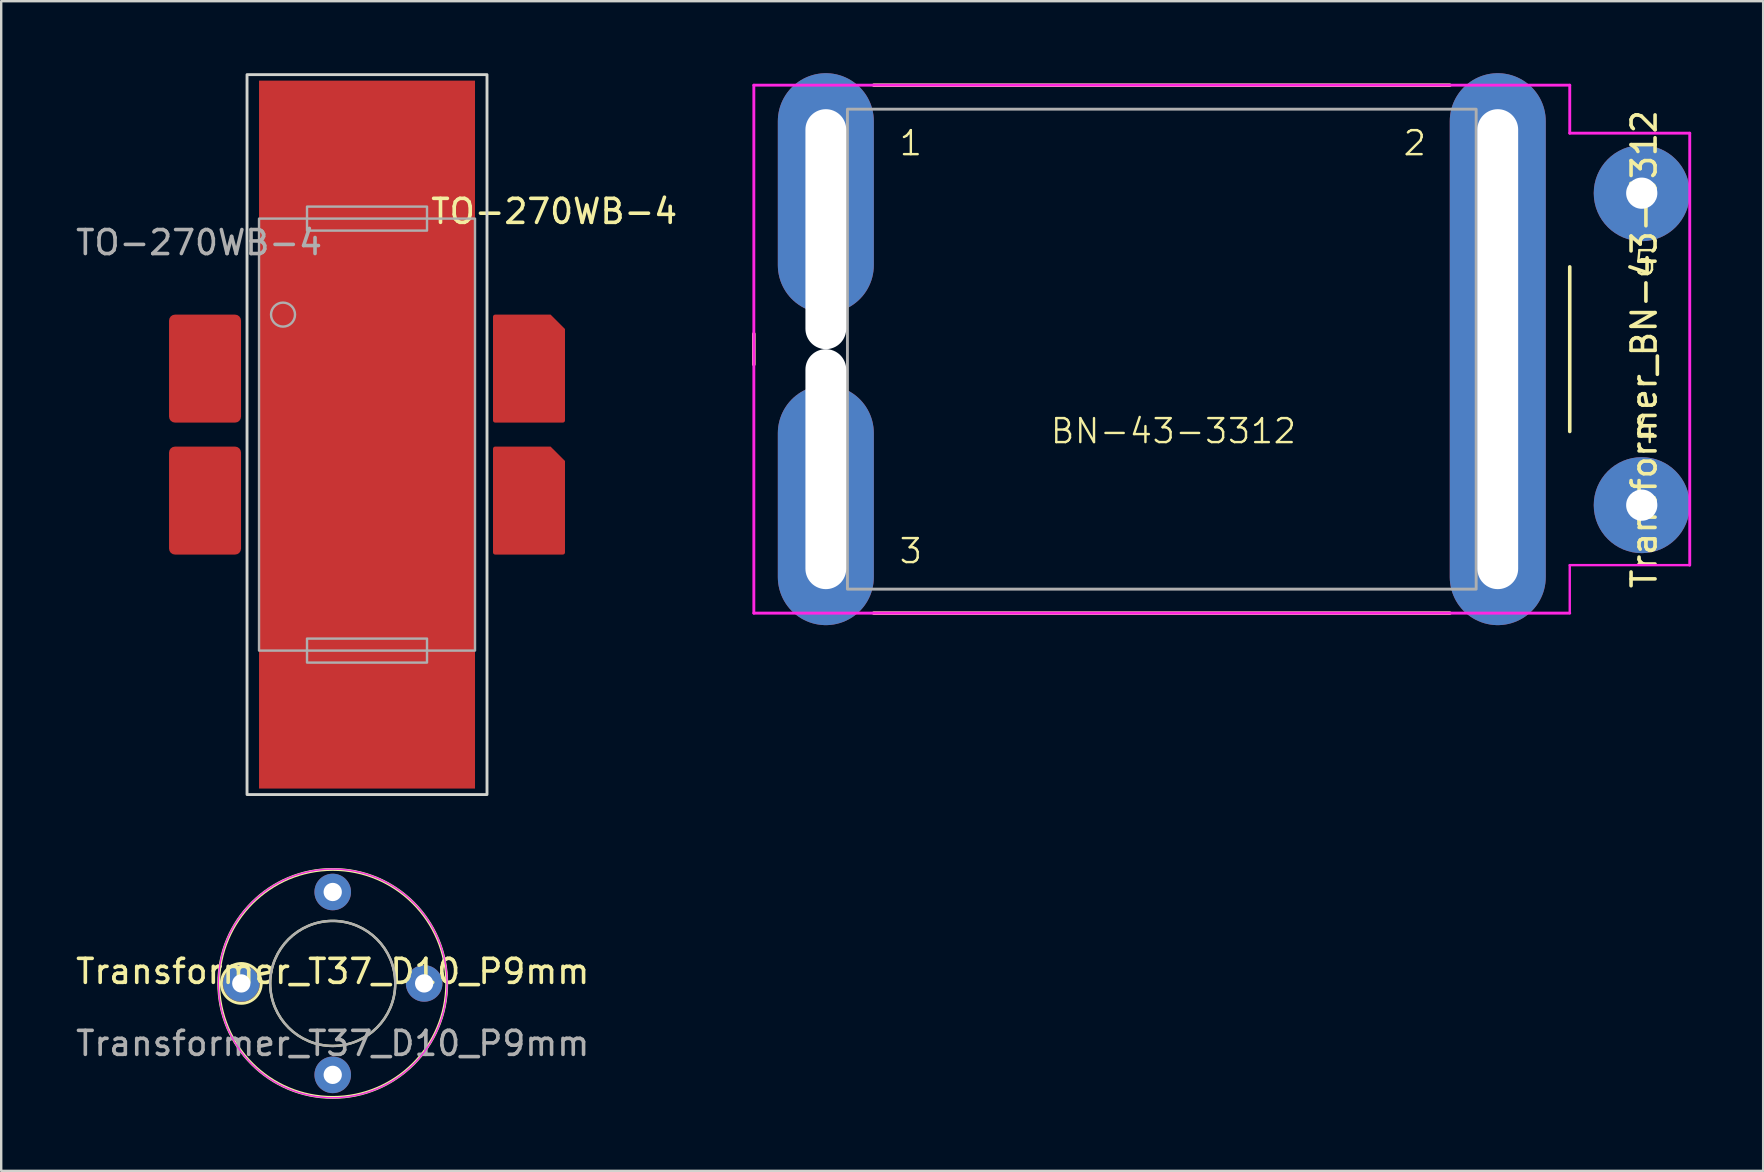
<source format=kicad_pcb>
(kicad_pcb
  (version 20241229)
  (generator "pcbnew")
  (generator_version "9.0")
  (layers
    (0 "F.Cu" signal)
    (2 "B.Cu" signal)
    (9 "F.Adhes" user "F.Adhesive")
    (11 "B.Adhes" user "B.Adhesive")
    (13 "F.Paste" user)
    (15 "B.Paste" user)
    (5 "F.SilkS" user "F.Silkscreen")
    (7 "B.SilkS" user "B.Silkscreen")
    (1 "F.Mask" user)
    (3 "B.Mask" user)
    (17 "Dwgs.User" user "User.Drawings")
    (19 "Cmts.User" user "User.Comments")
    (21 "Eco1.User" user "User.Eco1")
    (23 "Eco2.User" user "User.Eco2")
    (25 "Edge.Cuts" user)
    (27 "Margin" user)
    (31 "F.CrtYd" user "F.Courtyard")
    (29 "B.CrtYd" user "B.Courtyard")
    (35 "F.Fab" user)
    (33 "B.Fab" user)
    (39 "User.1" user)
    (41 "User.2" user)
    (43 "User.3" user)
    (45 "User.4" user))
  (footprint "Transformer_T37_D10_P9mm"
    (layer "F.Cu")
    (at 10.815 37.93)
    (property "Reference" "Transformer_T37_D10_P9mm" (at 0 -0.5 0) (unlocked yes) (layer "F.SilkS") (effects (font (size 1 1) (thickness 0.15))))
    (attr through_hole)
    (fp_circle (center -3.81 0) (end -2.98 0) (stroke (width 0.12) (type solid)) (fill no) (layer "F.SilkS"))
    (fp_circle (center 0 0) (end 2.605 0) (stroke (width 0.1) (type solid)) (fill no) (layer "F.SilkS"))
    (fp_circle (center 0 0) (end 4.75 0) (stroke (width 0.12) (type solid)) (fill no) (layer "F.SilkS"))
    (fp_circle (center 0 0) (end 4.765 0) (stroke (width 0.05) (type solid)) (fill no) (layer "F.CrtYd"))
    (fp_circle (center 0 0) (end 2.605 0) (stroke (width 0.1) (type solid)) (fill no) (layer "F.Fab"))
    (fp_circle (center 0 0) (end 4.765 0) (stroke (width 0.05) (type solid)) (fill no) (layer "F.Fab"))
    (fp_text user "${REFERENCE}" (at 0 2.5 0) (unlocked yes) (layer "F.Fab") (effects (font (size 1 1) (thickness 0.15))))
    (pad "1" thru_hole circle (at -3.81 0) (size 1.524 1.524) (drill 0.762) (layers "*.Cu" "*.Mask"))
    (pad "2" thru_hole circle (at 0 -3.81) (size 1.524 1.524) (drill 0.762) (layers "*.Cu" "*.Mask"))
    (pad "3" thru_hole circle (at 3.81 0) (size 1.524 1.524) (drill 0.762) (layers "*.Cu" "*.Mask"))
    (pad "4" thru_hole circle (at 0 3.81) (size 1.524 1.524) (drill 0.762) (layers "*.Cu" "*.Mask")))
  (footprint "Transformer_BN-43-3312"
    (layer "F.Cu")
    (at 45.363 11.5)
    (property "Reference" "Transformer_BN-43-3312" (at 20.1 0 90) (layer "F.SilkS") (effects (font (size 1 1) (thickness 0.15))))
    (property "Value" "${VALUE}" (at 11.44 0 90) (layer "F.Fab") (hide yes) (effects (font (size 1 1) (thickness 0.15))))
    (attr through_hole)
    (fp_line (start -17 -0.635) (end -17 0.635) (stroke (width 0.15) (type solid)) (layer "F.SilkS"))
    (fp_line (start -12 -11) (end 12 -11) (stroke (width 0.15) (type solid)) (layer "F.SilkS"))
    (fp_line (start 12 11) (end -12 11) (stroke (width 0.15) (type solid)) (layer "F.SilkS"))
    (fp_line (start 17 -3.429) (end 17 3.429) (stroke (width 0.15) (type solid)) (layer "F.SilkS"))
    (fp_line (start -17 -11) (end 17 -11) (stroke (width 0.12) (type solid)) (layer "F.CrtYd"))
    (fp_line (start -17 11) (end -17 -11) (stroke (width 0.12) (type solid)) (layer "F.CrtYd"))
    (fp_line (start 17 -9) (end 17 -11) (stroke (width 0.12) (type default)) (layer "F.CrtYd"))
    (fp_line (start 17 9) (end 17 11) (stroke (width 0.1) (type default)) (layer "F.CrtYd"))
    (fp_line (start 17 11) (end -17 11) (stroke (width 0.12) (type solid)) (layer "F.CrtYd"))
    (fp_line (start 22 -9) (end 17 -9) (stroke (width 0.12) (type default)) (layer "F.CrtYd"))
    (fp_line (start 22 -9) (end 22 9) (stroke (width 0.12) (type solid)) (layer "F.CrtYd"))
    (fp_line (start 22 9) (end 17 9) (stroke (width 0.1) (type default)) (layer "F.CrtYd"))
    (fp_rect (start -13.1 -10) (end 13.1 10) (stroke (width 0.12) (type solid)) (fill no) (layer "F.Fab"))
    (fp_text user "4" (at 19.6 4 0) (unlocked yes) (layer "F.SilkS") (effects (font (size 1 1) (thickness 0.1)) (justify left bottom)))
    (fp_text user "5" (at 19.6 -3 0) (unlocked yes) (layer "F.SilkS") (effects (font (size 1 1) (thickness 0.1)) (justify left bottom)))
    (fp_text user "1" (at -11 -8 0) (unlocked yes) (layer "F.SilkS") (effects (font (size 1 1) (thickness 0.1)) (justify left bottom)))
    (fp_text user "3" (at -11 9 0) (unlocked yes) (layer "F.SilkS") (effects (font (size 1 1) (thickness 0.1)) (justify left bottom)))
    (fp_text user "BN-43-3312" (at -4.7 4 0) (unlocked yes) (layer "F.SilkS") (effects (font (size 1 1) (thickness 0.1)) (justify left bottom)))
    (fp_text user "2" (at 10 -8 0) (unlocked yes) (layer "F.SilkS") (effects (font (size 1 1) (thickness 0.1)) (justify left bottom)))
    (pad "1" thru_hole oval (at -14 -5) (size 4 10) (drill oval 1.7 10 (offset 0 -1.5)) (layers "*.Cu" "*.Mask"))
    (pad "2" thru_hole oval (at 14 0) (size 4 23) (drill oval 1.7 20) (layers "*.Cu" "*.Mask"))
    (pad "3" thru_hole oval (at -14 5) (size 4 10) (drill oval 1.7 10 (offset 0 1.5)) (layers "*.Cu" "*.Mask"))
    (pad "4" thru_hole circle (at 20 6.5) (size 4 4) (drill 1.3) (layers "*.Cu" "*.Mask"))
    (pad "5" thru_hole circle (at 20 -6.5) (size 4 4) (drill 1.3) (layers "*.Cu" "*.Mask")))
  (footprint "TO-270WB-4"
    (layer "F.Cu")
    (at 12.244 15.06)
    (property "Reference" "TO-270WB-4" (at 7.8 -9.3 0) (unlocked yes) (layer "F.SilkS") (effects (font (size 1 1) (thickness 0.15))))
    (attr smd)
    (fp_rect (start -5 -15) (end 5 15) (stroke (width 0.12) (type solid)) (fill no) (layer "Edge.Cuts"))
    (fp_rect (start -4.5 -9) (end 4.5 9) (stroke (width 0.1) (type solid)) (fill no) (layer "F.Fab"))
    (fp_rect (start -2.5 -9.5) (end 2.5 -8.5) (stroke (width 0.1) (type solid)) (fill no) (layer "F.Fab"))
    (fp_rect (start -2.5 8.5) (end 2.5 9.5) (stroke (width 0.1) (type solid)) (fill no) (layer "F.Fab"))
    (fp_circle (center -3.5 -5) (end -3 -5) (stroke (width 0.1) (type solid)) (fill no) (layer "F.Fab"))
    (fp_text user "${REFERENCE}" (at -7 -8 0) (unlocked yes) (layer "F.Fab") (effects (font (size 1 1) (thickness 0.15))))
    (pad "1" smd roundrect (at -6.75 -2.75) (size 3 4.5) (layers "F.Cu" "F.Mask" "F.Paste") (roundrect_rratio 0.083))
    (pad "2" smd rect (at 0 7.25) (size 9 15) (property pad_prop_heatsink) (layers "F.Cu"))
    (pad "3" smd roundrect (at -6.75 2.75) (size 3 4.5) (layers "F.Cu" "F.Mask" "F.Paste") (roundrect_rratio 0.083))
    (pad "4" smd roundrect (at 6.75 2.75) (size 3 4.5) (layers "F.Cu" "F.Mask" "F.Paste") (roundrect_rratio 0.03) (chamfer_ratio 0.2) (chamfer top_right))
    (pad "5" smd rect (at 0 -7.25) (size 9 15) (property pad_prop_heatsink) (layers "F.Cu"))
    (pad "6" smd roundrect (at 6.75 -2.75) (size 3 4.5) (layers "F.Cu" "F.Mask" "F.Paste") (roundrect_rratio 0.03) (chamfer_ratio 0.2) (chamfer top_right)))
  (gr_rect
    (start -3 -3)
    (end 70.423 45.74)
    (stroke (width 0.1) (type default))
    (fill no)
    (layer "Edge.Cuts")))
</source>
